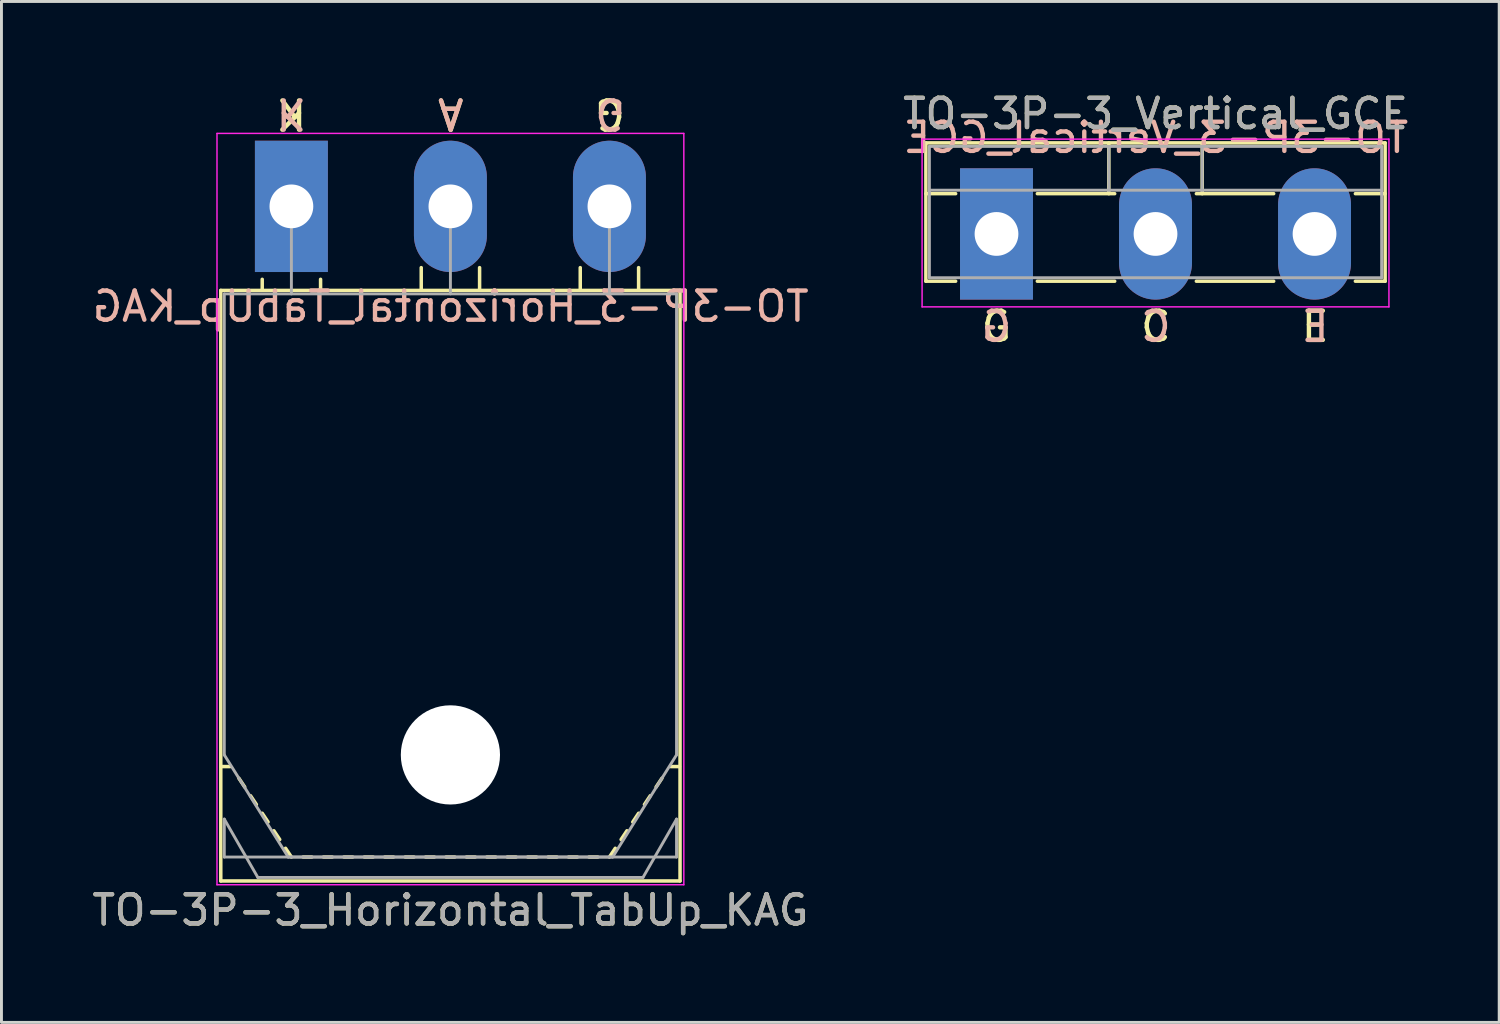
<source format=kicad_pcb>
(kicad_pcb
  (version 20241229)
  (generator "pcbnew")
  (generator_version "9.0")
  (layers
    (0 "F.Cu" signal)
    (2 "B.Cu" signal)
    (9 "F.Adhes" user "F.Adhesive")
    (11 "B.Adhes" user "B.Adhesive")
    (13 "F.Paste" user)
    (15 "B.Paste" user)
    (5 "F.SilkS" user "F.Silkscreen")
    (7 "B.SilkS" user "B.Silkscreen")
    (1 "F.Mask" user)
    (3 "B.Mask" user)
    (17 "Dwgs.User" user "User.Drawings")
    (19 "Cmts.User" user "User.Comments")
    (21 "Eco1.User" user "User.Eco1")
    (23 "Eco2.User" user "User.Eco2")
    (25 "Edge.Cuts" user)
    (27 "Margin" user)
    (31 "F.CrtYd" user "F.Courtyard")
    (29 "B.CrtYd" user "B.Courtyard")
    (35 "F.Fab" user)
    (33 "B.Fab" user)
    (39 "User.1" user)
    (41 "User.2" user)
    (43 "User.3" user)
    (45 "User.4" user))
  (footprint "TO-3P-3_Horizontal_TabUp_KAG"
    (layer "F.Cu")
    (at 6.937 4.023)
    (property "Reference" "TO-3P-3_Horizontal_TabUp_KAG" (at 5.45 24.12 0) (layer "F.SilkS") (effects (font (size 1 1) (thickness 0.15))))
    (fp_line (start -2.42 23.12) (end -2.42 2.88) (stroke (width 0.12) (type solid)) (layer "F.SilkS"))
    (fp_line (start -2.1 19.2) (end -2.4 19.2) (stroke (width 0.12) (type solid)) (layer "F.SilkS"))
    (fp_line (start -1.8 19.6) (end -1.6 19.9) (stroke (width 0.12) (type solid)) (layer "F.SilkS"))
    (fp_line (start -1.4 20.2) (end -1.2 20.5) (stroke (width 0.12) (type solid)) (layer "F.SilkS"))
    (fp_line (start -1 2.85) (end -1 2.5) (stroke (width 0.12) (type solid)) (layer "F.SilkS"))
    (fp_line (start -1 20.8) (end -0.8 21.1) (stroke (width 0.12) (type solid)) (layer "F.SilkS"))
    (fp_line (start -0.6 21.4) (end -0.4 21.7) (stroke (width 0.12) (type solid)) (layer "F.SilkS"))
    (fp_line (start -0.2 22) (end 0 22.3) (stroke (width 0.12) (type solid)) (layer "F.SilkS"))
    (fp_line (start 0.7 22.3) (end 0.4 22.3) (stroke (width 0.12) (type solid)) (layer "F.SilkS"))
    (fp_line (start 1 2.85) (end 1 2.5) (stroke (width 0.12) (type solid)) (layer "F.SilkS"))
    (fp_line (start 1.4 22.3) (end 1.1 22.3) (stroke (width 0.12) (type solid)) (layer "F.SilkS"))
    (fp_line (start 2.1 22.3) (end 1.8 22.3) (stroke (width 0.12) (type solid)) (layer "F.SilkS"))
    (fp_line (start 2.8 22.3) (end 2.5 22.3) (stroke (width 0.12) (type solid)) (layer "F.SilkS"))
    (fp_line (start 3.5 22.3) (end 3.2 22.3) (stroke (width 0.12) (type solid)) (layer "F.SilkS"))
    (fp_line (start 4.2 22.3) (end 3.9 22.3) (stroke (width 0.12) (type solid)) (layer "F.SilkS"))
    (fp_line (start 4.45 2.85) (end 4.45 2.1) (stroke (width 0.12) (type solid)) (layer "F.SilkS"))
    (fp_line (start 4.9 22.3) (end 4.6 22.3) (stroke (width 0.12) (type solid)) (layer "F.SilkS"))
    (fp_line (start 5.6 22.3) (end 5.3 22.3) (stroke (width 0.12) (type solid)) (layer "F.SilkS"))
    (fp_line (start 6.3 22.3) (end 6 22.3) (stroke (width 0.12) (type solid)) (layer "F.SilkS"))
    (fp_line (start 6.45 2.85) (end 6.45 2.1) (stroke (width 0.12) (type solid)) (layer "F.SilkS"))
    (fp_line (start 7 22.3) (end 6.7 22.3) (stroke (width 0.12) (type solid)) (layer "F.SilkS"))
    (fp_line (start 7.7 22.3) (end 7.4 22.3) (stroke (width 0.12) (type solid)) (layer "F.SilkS"))
    (fp_line (start 8.4 22.3) (end 8.1 22.3) (stroke (width 0.12) (type solid)) (layer "F.SilkS"))
    (fp_line (start 9.1 22.3) (end 8.8 22.3) (stroke (width 0.12) (type solid)) (layer "F.SilkS"))
    (fp_line (start 9.8 22.3) (end 9.5 22.3) (stroke (width 0.12) (type solid)) (layer "F.SilkS"))
    (fp_line (start 9.9 2.85) (end 9.9 2.1) (stroke (width 0.12) (type solid)) (layer "F.SilkS"))
    (fp_line (start 10.5 22.3) (end 10.2 22.3) (stroke (width 0.12) (type solid)) (layer "F.SilkS"))
    (fp_line (start 11.1 22) (end 10.9 22.3) (stroke (width 0.12) (type solid)) (layer "F.SilkS"))
    (fp_line (start 11.5 21.4) (end 11.3 21.7) (stroke (width 0.12) (type solid)) (layer "F.SilkS"))
    (fp_line (start 11.9 2.85) (end 11.9 2.1) (stroke (width 0.12) (type solid)) (layer "F.SilkS"))
    (fp_line (start 11.9 20.8) (end 11.7 21.1) (stroke (width 0.12) (type solid)) (layer "F.SilkS"))
    (fp_line (start 12.3 20.2) (end 12.1 20.5) (stroke (width 0.12) (type solid)) (layer "F.SilkS"))
    (fp_line (start 12.7 19.6) (end 12.5 19.9) (stroke (width 0.12) (type solid)) (layer "F.SilkS"))
    (fp_line (start 13 19.2) (end 13.3 19.2) (stroke (width 0.12) (type solid)) (layer "F.SilkS"))
    (fp_line (start 13.32 2.88) (end -2.42 2.88) (stroke (width 0.12) (type solid)) (layer "F.SilkS"))
    (fp_line (start 13.32 23.12) (end -2.42 23.12) (stroke (width 0.12) (type solid)) (layer "F.SilkS"))
    (fp_line (start 13.32 23.12) (end 13.32 2.88) (stroke (width 0.12) (type solid)) (layer "F.SilkS"))
    (fp_line (start -2.55 -2.5) (end -2.55 23.25) (stroke (width 0.05) (type solid)) (layer "F.CrtYd"))
    (fp_line (start -2.55 23.25) (end 13.45 23.25) (stroke (width 0.05) (type solid)) (layer "F.CrtYd"))
    (fp_line (start 13.45 -2.5) (end -2.55 -2.5) (stroke (width 0.05) (type solid)) (layer "F.CrtYd"))
    (fp_line (start 13.45 23.25) (end 13.45 -2.5) (stroke (width 0.05) (type solid)) (layer "F.CrtYd"))
    (fp_line (start -2.3 3) (end -2.3 18.8) (stroke (width 0.1) (type solid)) (layer "F.Fab"))
    (fp_line (start -2.3 18.8) (end -0.11 22.3) (stroke (width 0.1) (type solid)) (layer "F.Fab"))
    (fp_line (start -2.3 21) (end -1.15 23) (stroke (width 0.1) (type solid)) (layer "F.Fab"))
    (fp_line (start -2.3 22.3) (end -2.3 21) (stroke (width 0.1) (type solid)) (layer "F.Fab"))
    (fp_line (start -1.15 23) (end 12.05 23) (stroke (width 0.1) (type solid)) (layer "F.Fab"))
    (fp_line (start -0.11 22.3) (end 11.01 22.3) (stroke (width 0.1) (type solid)) (layer "F.Fab"))
    (fp_line (start 0 3) (end 0 0) (stroke (width 0.1) (type solid)) (layer "F.Fab"))
    (fp_line (start 5.45 3) (end 5.45 0) (stroke (width 0.1) (type solid)) (layer "F.Fab"))
    (fp_line (start 10.9 3) (end 10.9 0) (stroke (width 0.1) (type solid)) (layer "F.Fab"))
    (fp_line (start 11.01 22.3) (end 13.2 18.8) (stroke (width 0.1) (type solid)) (layer "F.Fab"))
    (fp_line (start 12.05 23) (end 13.2 21) (stroke (width 0.1) (type solid)) (layer "F.Fab"))
    (fp_line (start 13.2 3) (end -2.3 3) (stroke (width 0.1) (type solid)) (layer "F.Fab"))
    (fp_line (start 13.2 18.8) (end 13.2 3) (stroke (width 0.1) (type solid)) (layer "F.Fab"))
    (fp_line (start 13.2 21) (end 13.2 22.3) (stroke (width 0.1) (type solid)) (layer "F.Fab"))
    (fp_line (start 13.2 22.3) (end -2.3 22.3) (stroke (width 0.1) (type solid)) (layer "F.Fab"))
    (fp_circle (center 5.45 18.8) (end 7.05 18.8) (stroke (width 0.1) (type solid)) (fill no) (layer "F.Fab"))
    (fp_text user "K" (at 0 -3.175 180) (unlocked yes) (layer "F.SilkS") (effects (font (size 1 1) (thickness 0.15))))
    (fp_text user "A" (at 5.461 -3.175 180) (unlocked yes) (layer "F.SilkS") (effects (font (size 1 1) (thickness 0.15))))
    (fp_text user "G" (at 10.922 -3.175 180) (unlocked yes) (layer "F.SilkS") (effects (font (size 1 1) (thickness 0.15))))
    (fp_text user "K" (at 0 -3.175 180) (unlocked yes) (layer "B.SilkS") (effects (font (size 1 1) (thickness 0.15)) (justify mirror)))
    (fp_text user "G" (at 10.922 -3.175 180) (unlocked yes) (layer "B.SilkS") (effects (font (size 1 1) (thickness 0.15)) (justify mirror)))
    (fp_text user "A" (at 5.461 -3.175 180) (unlocked yes) (layer "B.SilkS") (effects (font (size 1 1) (thickness 0.15)) (justify mirror)))
    (fp_text user "${REFERENCE}" (at 5.461 3.429 0) (layer "B.SilkS") (effects (font (size 1 1) (thickness 0.15)) (justify mirror)))
    (fp_text user "${REFERENCE}" (at 5.45 24.12 0) (layer "F.Fab") (effects (font (size 1 1) (thickness 0.15))))
    (pad "" np_thru_hole oval (at 5.45 18.8) (size 3.4 3.4) (drill 3.4) (layers "*.Cu" "*.Mask"))
    (pad "1" thru_hole rect (at 0 0) (size 2.5 4.5) (drill 1.5) (layers "*.Cu" "*.Mask"))
    (pad "2" thru_hole oval (at 5.45 0) (size 2.5 4.5) (drill 1.5) (layers "*.Cu" "*.Mask"))
    (pad "3" thru_hole oval (at 10.9 0) (size 2.5 4.5) (drill 1.5) (layers "*.Cu" "*.Mask")))
  (footprint "TO-3P-3_Vertical_GCE"
    (layer "F.Cu")
    (at 31.103 4.968)
    (property "Reference" "TO-3P-3_Vertical_GCE" (at 5.45 -4.12 0) (layer "F.SilkS") (effects (font (size 1 1) (thickness 0.15))))
    (fp_line (start -2.42 -3.12) (end -2.42 1.62) (stroke (width 0.12) (type solid)) (layer "F.SilkS"))
    (fp_line (start -2.42 -3.12) (end 13.32 -3.12) (stroke (width 0.12) (type solid)) (layer "F.SilkS"))
    (fp_line (start -2.42 -1.38) (end -1.4 -1.38) (stroke (width 0.12) (type solid)) (layer "F.SilkS"))
    (fp_line (start -2.42 1.62) (end -1.4 1.62) (stroke (width 0.12) (type solid)) (layer "F.SilkS"))
    (fp_line (start 1.4 -1.38) (end 4.051 -1.38) (stroke (width 0.12) (type solid)) (layer "F.SilkS"))
    (fp_line (start 1.4 1.62) (end 4.051 1.62) (stroke (width 0.12) (type solid)) (layer "F.SilkS"))
    (fp_line (start 3.85 -3.12) (end 3.85 -1.38) (stroke (width 0.12) (type solid)) (layer "F.SilkS"))
    (fp_line (start 6.85 -1.38) (end 9.5 -1.38) (stroke (width 0.12) (type solid)) (layer "F.SilkS"))
    (fp_line (start 6.85 1.62) (end 9.5 1.62) (stroke (width 0.12) (type solid)) (layer "F.SilkS"))
    (fp_line (start 7.051 -3.12) (end 7.051 -1.38) (stroke (width 0.12) (type solid)) (layer "F.SilkS"))
    (fp_line (start 12.3 -1.38) (end 13.32 -1.38) (stroke (width 0.12) (type solid)) (layer "F.SilkS"))
    (fp_line (start 12.3 1.62) (end 13.32 1.62) (stroke (width 0.12) (type solid)) (layer "F.SilkS"))
    (fp_line (start 13.32 -3.12) (end 13.32 1.62) (stroke (width 0.12) (type solid)) (layer "F.SilkS"))
    (fp_line (start -2.55 -3.25) (end -2.55 2.5) (stroke (width 0.05) (type solid)) (layer "F.CrtYd"))
    (fp_line (start -2.55 2.5) (end 13.45 2.5) (stroke (width 0.05) (type solid)) (layer "F.CrtYd"))
    (fp_line (start 13.45 -3.25) (end -2.55 -3.25) (stroke (width 0.05) (type solid)) (layer "F.CrtYd"))
    (fp_line (start 13.45 2.5) (end 13.45 -3.25) (stroke (width 0.05) (type solid)) (layer "F.CrtYd"))
    (fp_line (start -2.3 -3) (end -2.3 1.5) (stroke (width 0.1) (type solid)) (layer "F.Fab"))
    (fp_line (start -2.3 -1.5) (end 13.2 -1.5) (stroke (width 0.1) (type solid)) (layer "F.Fab"))
    (fp_line (start -2.3 1.5) (end 13.2 1.5) (stroke (width 0.1) (type solid)) (layer "F.Fab"))
    (fp_line (start 3.85 -3) (end 3.85 -1.5) (stroke (width 0.1) (type solid)) (layer "F.Fab"))
    (fp_line (start 7.05 -3) (end 7.05 -1.5) (stroke (width 0.1) (type solid)) (layer "F.Fab"))
    (fp_line (start 13.2 -3) (end -2.3 -3) (stroke (width 0.1) (type solid)) (layer "F.Fab"))
    (fp_line (start 13.2 1.5) (end 13.2 -3) (stroke (width 0.1) (type solid)) (layer "F.Fab"))
    (fp_text user "C" (at 5.461 3.175 0) (unlocked yes) (layer "F.SilkS") (effects (font (size 1 1) (thickness 0.15))))
    (fp_text user "E" (at 10.922 3.175 0) (unlocked yes) (layer "F.SilkS") (effects (font (size 1 1) (thickness 0.15))))
    (fp_text user "G" (at 0 3.175 0) (unlocked yes) (layer "F.SilkS") (effects (font (size 1 1) (thickness 0.15))))
    (fp_text user "G" (at 0 3.175 0) (unlocked yes) (layer "B.SilkS") (effects (font (size 1 1) (thickness 0.15)) (justify mirror)))
    (fp_text user "C" (at 5.461 3.175 0) (unlocked yes) (layer "B.SilkS") (effects (font (size 1 1) (thickness 0.15)) (justify mirror)))
    (fp_text user "E" (at 10.922 3.175 0) (unlocked yes) (layer "B.SilkS") (effects (font (size 1 1) (thickness 0.15)) (justify mirror)))
    (fp_text user "${REFERENCE}" (at 5.461 -3.302 0) (layer "B.SilkS") (effects (font (size 1 1) (thickness 0.15)) (justify mirror)))
    (fp_text user "${REFERENCE}" (at 5.45 -4.12 0) (layer "F.Fab") (effects (font (size 1 1) (thickness 0.15))))
    (pad "1" thru_hole rect (at 0 0) (size 2.5 4.5) (drill 1.5) (layers "*.Cu" "*.Mask"))
    (pad "2" thru_hole oval (at 5.45 0) (size 2.5 4.5) (drill 1.5) (layers "*.Cu" "*.Mask"))
    (pad "3" thru_hole oval (at 10.9 0) (size 2.5 4.5) (drill 1.5) (layers "*.Cu" "*.Mask")))
  (gr_rect
    (start -3 -3)
    (end 48.332 31.991)
    (stroke (width 0.1) (type default))
    (fill no)
    (layer "Edge.Cuts")))
</source>
